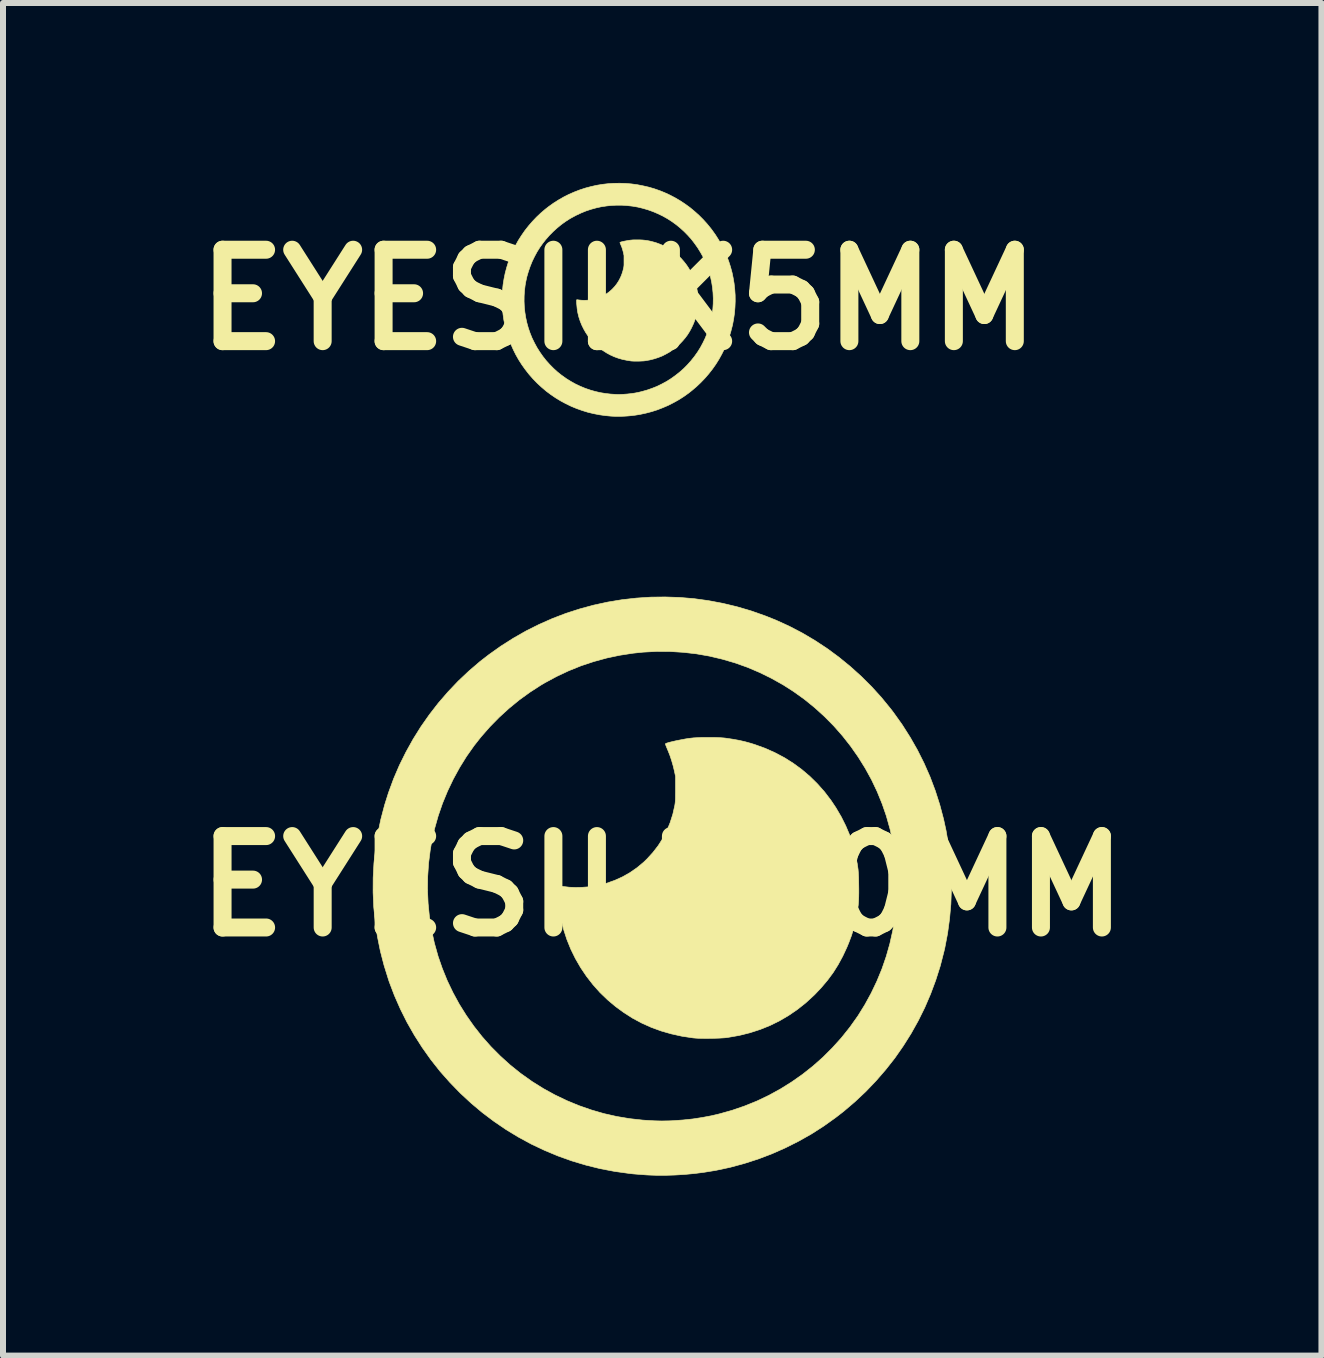
<source format=kicad_pcb>
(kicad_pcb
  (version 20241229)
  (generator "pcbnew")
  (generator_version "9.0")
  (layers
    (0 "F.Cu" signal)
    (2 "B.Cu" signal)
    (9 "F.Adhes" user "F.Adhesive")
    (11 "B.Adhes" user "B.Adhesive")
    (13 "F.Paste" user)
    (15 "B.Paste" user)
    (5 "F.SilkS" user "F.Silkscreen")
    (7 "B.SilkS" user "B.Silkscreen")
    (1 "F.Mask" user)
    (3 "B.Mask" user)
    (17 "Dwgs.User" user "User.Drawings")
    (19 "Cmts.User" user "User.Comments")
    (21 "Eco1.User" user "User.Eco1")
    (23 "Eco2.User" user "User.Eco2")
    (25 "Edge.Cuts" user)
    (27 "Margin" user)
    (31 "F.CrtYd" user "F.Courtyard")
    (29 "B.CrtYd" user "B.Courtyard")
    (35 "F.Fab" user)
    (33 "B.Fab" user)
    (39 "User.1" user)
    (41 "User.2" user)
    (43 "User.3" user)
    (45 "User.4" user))
  (footprint "EYESILK5MM"
    (layer "F.Cu")
    (at 7.264 1.948)
    (property "Reference" "EYESILK5MM" (at 0 0 0) (layer "F.SilkS") (effects (font (size 1.524 1.524) (thickness 0.3))))
    (attr through_hole)
    (fp_poly (pts (xy 0.344 -0.999) (xy 0.371 -0.998) (xy 0.395 -0.997) (xy 0.416 -0.995) (xy 0.426 -0.994) (xy 0.473 -0.988) (xy 0.515 -0.98) (xy 0.556 -0.97) (xy 0.597 -0.959) (xy 0.624 -0.951) (xy 0.692 -0.926) (xy 0.758 -0.897) (xy 0.821 -0.863) (xy 0.881 -0.825) (xy 0.938 -0.784) (xy 0.992 -0.738) (xy 1.043 -0.688) (xy 1.09 -0.634) (xy 1.134 -0.577) (xy 1.167 -0.527) (xy 1.203 -0.466) (xy 1.233 -0.406) (xy 1.259 -0.345) (xy 1.28 -0.283) (xy 1.297 -0.218) (xy 1.31 -0.151) (xy 1.316 -0.113) (xy 1.317 -0.098) (xy 1.319 -0.079) (xy 1.319 -0.057) (xy 1.32 -0.033) (xy 1.321 -0.007) (xy 1.321 0.019) (xy 1.321 0.045) (xy 1.32 0.069) (xy 1.32 0.091) (xy 1.319 0.11) (xy 1.317 0.125) (xy 1.317 0.127) (xy 1.309 0.183) (xy 1.299 0.234) (xy 1.287 0.284) (xy 1.272 0.332) (xy 1.254 0.381) (xy 1.241 0.411) (xy 1.213 0.471) (xy 1.182 0.528) (xy 1.149 0.581) (xy 1.111 0.632) (xy 1.07 0.681) (xy 1.025 0.729) (xy 1.018 0.735) (xy 0.964 0.784) (xy 0.908 0.829) (xy 0.849 0.87) (xy 0.787 0.905) (xy 0.724 0.937) (xy 0.657 0.963) (xy 0.589 0.985) (xy 0.517 1.003) (xy 0.443 1.016) (xy 0.435 1.017) (xy 0.421 1.019) (xy 0.403 1.02) (xy 0.382 1.021) (xy 0.358 1.022) (xy 0.333 1.023) (xy 0.308 1.023) (xy 0.283 1.023) (xy 0.26 1.023) (xy 0.239 1.022) (xy 0.221 1.021) (xy 0.207 1.02) (xy 0.133 1.008) (xy 0.061 0.993) (xy -0.008 0.973) (xy -0.074 0.949) (xy -0.138 0.92) (xy -0.199 0.887) (xy -0.258 0.849) (xy -0.312 0.81) (xy -0.366 0.765) (xy -0.417 0.715) (xy -0.465 0.663) (xy -0.508 0.607) (xy -0.548 0.548) (xy -0.583 0.487) (xy -0.614 0.424) (xy -0.641 0.358) (xy -0.663 0.291) (xy -0.68 0.222) (xy -0.687 0.187) (xy -0.689 0.169) (xy -0.692 0.15) (xy -0.694 0.129) (xy -0.696 0.108) (xy -0.698 0.087) (xy -0.7 0.067) (xy -0.701 0.048) (xy -0.702 0.031) (xy -0.702 0.018) (xy -0.702 0.007) (xy -0.701 0.001) (xy -0.7 0.001) (xy -0.698 -0.001) (xy -0.694 -0.001) (xy -0.687 -0.001) (xy -0.676 0.001) (xy -0.662 0.003) (xy -0.624 0.007) (xy -0.583 0.009) (xy -0.54 0.008) (xy -0.496 0.005) (xy -0.454 -0.001) (xy -0.43 -0.005) (xy -0.374 -0.02) (xy -0.32 -0.039) (xy -0.267 -0.062) (xy -0.218 -0.09) (xy -0.17 -0.123) (xy -0.126 -0.16) (xy -0.103 -0.182) (xy -0.063 -0.225) (xy -0.027 -0.272) (xy 0.004 -0.321) (xy 0.031 -0.373) (xy 0.053 -0.427) (xy 0.071 -0.484) (xy 0.085 -0.543) (xy 0.086 -0.551) (xy 0.087 -0.56) (xy 0.088 -0.569) (xy 0.089 -0.58) (xy 0.089 -0.594) (xy 0.089 -0.611) (xy 0.089 -0.631) (xy 0.089 -0.653) (xy 0.089 -0.737) (xy 0.081 -0.777) (xy 0.073 -0.81) (xy 0.063 -0.845) (xy 0.052 -0.879) (xy 0.039 -0.91) (xy 0.034 -0.923) (xy 0.029 -0.934) (xy 0.025 -0.944) (xy 0.022 -0.952) (xy 0.021 -0.956) (xy 0.021 -0.956) (xy 0.024 -0.958) (xy 0.031 -0.961) (xy 0.043 -0.965) (xy 0.057 -0.969) (xy 0.074 -0.973) (xy 0.093 -0.977) (xy 0.114 -0.981) (xy 0.135 -0.985) (xy 0.156 -0.989) (xy 0.177 -0.992) (xy 0.193 -0.994) (xy 0.212 -0.996) (xy 0.234 -0.998) (xy 0.26 -0.999) (xy 0.288 -0.999) (xy 0.316 -0.999) (xy 0.344 -0.999)) (stroke (width 0.01) (type solid)) (fill yes) (layer "F.SilkS"))
    (fp_poly (pts (xy 0.116 -1.94) (xy 0.213 -1.932) (xy 0.31 -1.919) (xy 0.406 -1.9) (xy 0.502 -1.878) (xy 0.597 -1.85) (xy 0.691 -1.817) (xy 0.765 -1.787) (xy 0.854 -1.746) (xy 0.94 -1.701) (xy 1.025 -1.651) (xy 1.107 -1.597) (xy 1.187 -1.539) (xy 1.263 -1.476) (xy 1.337 -1.41) (xy 1.407 -1.34) (xy 1.473 -1.267) (xy 1.536 -1.19) (xy 1.555 -1.165) (xy 1.613 -1.084) (xy 1.666 -1) (xy 1.715 -0.914) (xy 1.76 -0.825) (xy 1.8 -0.734) (xy 1.835 -0.641) (xy 1.865 -0.547) (xy 1.891 -0.451) (xy 1.907 -0.373) (xy 1.924 -0.275) (xy 1.935 -0.176) (xy 1.942 -0.077) (xy 1.943 0.022) (xy 1.939 0.121) (xy 1.931 0.22) (xy 1.917 0.318) (xy 1.899 0.415) (xy 1.893 0.439) (xy 1.868 0.536) (xy 1.838 0.632) (xy 1.803 0.725) (xy 1.764 0.816) (xy 1.72 0.904) (xy 1.672 0.991) (xy 1.62 1.074) (xy 1.563 1.155) (xy 1.502 1.233) (xy 1.437 1.308) (xy 1.368 1.38) (xy 1.295 1.449) (xy 1.218 1.514) (xy 1.165 1.556) (xy 1.085 1.613) (xy 1.002 1.666) (xy 0.916 1.714) (xy 0.828 1.759) (xy 0.737 1.798) (xy 0.645 1.834) (xy 0.551 1.864) (xy 0.456 1.889) (xy 0.359 1.91) (xy 0.28 1.923) (xy 0.217 1.931) (xy 0.152 1.937) (xy 0.088 1.941) (xy 0.024 1.943) (xy -0.036 1.943) (xy -0.073 1.942) (xy -0.102 1.941) (xy -0.134 1.939) (xy -0.166 1.936) (xy -0.196 1.933) (xy -0.22 1.931) (xy -0.319 1.917) (xy -0.417 1.898) (xy -0.513 1.875) (xy -0.607 1.846) (xy -0.7 1.813) (xy -0.79 1.776) (xy -0.879 1.733) (xy -0.965 1.687) (xy -1.049 1.636) (xy -1.13 1.581) (xy -1.209 1.522) (xy -1.284 1.458) (xy -1.357 1.391) (xy -1.426 1.32) (xy -1.492 1.245) (xy -1.554 1.166) (xy -1.555 1.165) (xy -1.613 1.084) (xy -1.666 1.001) (xy -1.715 0.915) (xy -1.759 0.826) (xy -1.799 0.735) (xy -1.834 0.643) (xy -1.839 0.629) (xy -1.869 0.533) (xy -1.894 0.436) (xy -1.914 0.339) (xy -1.928 0.241) (xy -1.938 0.142) (xy -1.943 0.043) (xy -1.943 0.026) (xy -1.577 0.026) (xy -1.573 0.116) (xy -1.564 0.205) (xy -1.55 0.294) (xy -1.531 0.382) (xy -1.507 0.468) (xy -1.507 0.469) (xy -1.478 0.553) (xy -1.445 0.635) (xy -1.406 0.715) (xy -1.364 0.793) (xy -1.317 0.868) (xy -1.266 0.941) (xy -1.211 1.011) (xy -1.152 1.077) (xy -1.089 1.141) (xy -1.023 1.201) (xy -0.953 1.257) (xy -0.947 1.261) (xy -0.875 1.313) (xy -0.799 1.36) (xy -0.722 1.403) (xy -0.642 1.441) (xy -0.56 1.475) (xy -0.477 1.504) (xy -0.392 1.528) (xy -0.306 1.548) (xy -0.219 1.562) (xy -0.132 1.572) (xy -0.115 1.573) (xy -0.082 1.575) (xy -0.053 1.577) (xy -0.027 1.578) (xy -0.002 1.578) (xy 0.022 1.578) (xy 0.047 1.577) (xy 0.074 1.576) (xy 0.142 1.571) (xy 0.206 1.564) (xy 0.269 1.555) (xy 0.331 1.543) (xy 0.384 1.53) (xy 0.47 1.506) (xy 0.554 1.477) (xy 0.637 1.444) (xy 0.717 1.405) (xy 0.795 1.363) (xy 0.87 1.316) (xy 0.943 1.264) (xy 1.013 1.209) (xy 1.08 1.15) (xy 1.143 1.087) (xy 1.203 1.02) (xy 1.26 0.949) (xy 1.263 0.945) (xy 1.315 0.872) (xy 1.362 0.797) (xy 1.404 0.719) (xy 1.443 0.638) (xy 1.476 0.556) (xy 1.505 0.472) (xy 1.53 0.387) (xy 1.549 0.3) (xy 1.559 0.244) (xy 1.57 0.154) (xy 1.576 0.064) (xy 1.577 -0.026) (xy 1.573 -0.116) (xy 1.564 -0.205) (xy 1.55 -0.294) (xy 1.531 -0.382) (xy 1.507 -0.468) (xy 1.507 -0.469) (xy 1.478 -0.553) (xy 1.445 -0.635) (xy 1.407 -0.715) (xy 1.364 -0.792) (xy 1.317 -0.868) (xy 1.266 -0.94) (xy 1.212 -1.01) (xy 1.153 -1.076) (xy 1.091 -1.139) (xy 1.025 -1.199) (xy 0.956 -1.255) (xy 0.884 -1.307) (xy 0.814 -1.352) (xy 0.736 -1.396) (xy 0.655 -1.435) (xy 0.573 -1.47) (xy 0.489 -1.5) (xy 0.404 -1.525) (xy 0.317 -1.546) (xy 0.23 -1.561) (xy 0.141 -1.571) (xy 0.052 -1.577) (xy -0.038 -1.577) (xy -0.128 -1.572) (xy -0.197 -1.565) (xy -0.286 -1.552) (xy -0.373 -1.533) (xy -0.46 -1.509) (xy -0.545 -1.481) (xy -0.628 -1.447) (xy -0.709 -1.409) (xy -0.789 -1.366) (xy -0.815 -1.351) (xy -0.89 -1.303) (xy -0.961 -1.251) (xy -1.03 -1.194) (xy -1.096 -1.134) (xy -1.159 -1.07) (xy -1.218 -1.002) (xy -1.263 -0.945) (xy -1.315 -0.872) (xy -1.362 -0.797) (xy -1.404 -0.719) (xy -1.443 -0.638) (xy -1.476 -0.556) (xy -1.505 -0.472) (xy -1.53 -0.387) (xy -1.549 -0.3) (xy -1.559 -0.244) (xy -1.57 -0.154) (xy -1.576 -0.064) (xy -1.577 0.026) (xy -1.943 0.026) (xy -1.943 -0.056) (xy -1.937 -0.155) (xy -1.927 -0.253) (xy -1.911 -0.352) (xy -1.891 -0.449) (xy -1.865 -0.545) (xy -1.839 -0.629) (xy -1.805 -0.722) (xy -1.766 -0.812) (xy -1.722 -0.901) (xy -1.674 -0.988) (xy -1.621 -1.071) (xy -1.565 -1.152) (xy -1.504 -1.23) (xy -1.439 -1.305) (xy -1.371 -1.377) (xy -1.299 -1.445) (xy -1.223 -1.51) (xy -1.165 -1.555) (xy -1.084 -1.613) (xy -1 -1.666) (xy -0.914 -1.715) (xy -0.827 -1.759) (xy -0.737 -1.798) (xy -0.646 -1.833) (xy -0.554 -1.863) (xy -0.46 -1.888) (xy -0.366 -1.909) (xy -0.27 -1.925) (xy -0.174 -1.936) (xy -0.078 -1.942) (xy 0.019 -1.943) (xy 0.116 -1.94)) (stroke (width 0.01) (type solid)) (fill yes) (layer "F.SilkS")))
  (footprint "EYESILK10MM"
    (layer "F.Cu")
    (at 7.99 11.723)
    (property "Reference" "EYESILK10MM" (at 0 0 0) (layer "F.SilkS") (effects (font (size 1.524 1.524) (thickness 0.3))))
    (attr through_hole)
    (fp_poly (pts (xy 0.854 -2.479) (xy 0.92 -2.477) (xy 0.981 -2.474) (xy 1.033 -2.47) (xy 1.058 -2.467) (xy 1.173 -2.45) (xy 1.279 -2.431) (xy 1.38 -2.408) (xy 1.481 -2.38) (xy 1.547 -2.359) (xy 1.716 -2.298) (xy 1.879 -2.225) (xy 2.036 -2.142) (xy 2.185 -2.048) (xy 2.327 -1.944) (xy 2.461 -1.83) (xy 2.587 -1.706) (xy 2.705 -1.573) (xy 2.813 -1.431) (xy 2.896 -1.307) (xy 2.984 -1.157) (xy 3.059 -1.007) (xy 3.123 -0.856) (xy 3.176 -0.701) (xy 3.218 -0.542) (xy 3.251 -0.376) (xy 3.265 -0.28) (xy 3.268 -0.243) (xy 3.271 -0.197) (xy 3.274 -0.142) (xy 3.275 -0.082) (xy 3.276 -0.018) (xy 3.277 0.047) (xy 3.277 0.111) (xy 3.276 0.172) (xy 3.274 0.227) (xy 3.271 0.274) (xy 3.268 0.31) (xy 3.268 0.315) (xy 3.248 0.453) (xy 3.223 0.582) (xy 3.192 0.704) (xy 3.155 0.824) (xy 3.11 0.944) (xy 3.079 1.019) (xy 3.009 1.169) (xy 2.933 1.309) (xy 2.85 1.441) (xy 2.757 1.567) (xy 2.655 1.688) (xy 2.542 1.808) (xy 2.526 1.823) (xy 2.392 1.946) (xy 2.252 2.057) (xy 2.106 2.157) (xy 1.954 2.246) (xy 1.795 2.324) (xy 1.631 2.39) (xy 1.46 2.445) (xy 1.283 2.489) (xy 1.1 2.521) (xy 1.08 2.524) (xy 1.046 2.528) (xy 1.001 2.531) (xy 0.948 2.534) (xy 0.889 2.536) (xy 0.827 2.537) (xy 0.764 2.538) (xy 0.702 2.538) (xy 0.644 2.537) (xy 0.592 2.536) (xy 0.548 2.533) (xy 0.514 2.53) (xy 0.329 2.502) (xy 0.152 2.463) (xy -0.019 2.414) (xy -0.183 2.354) (xy -0.341 2.283) (xy -0.494 2.201) (xy -0.641 2.107) (xy -0.773 2.011) (xy -0.909 1.897) (xy -1.036 1.775) (xy -1.153 1.644) (xy -1.261 1.505) (xy -1.359 1.36) (xy -1.447 1.208) (xy -1.524 1.051) (xy -1.59 0.888) (xy -1.644 0.722) (xy -1.686 0.552) (xy -1.703 0.463) (xy -1.71 0.42) (xy -1.717 0.372) (xy -1.723 0.321) (xy -1.728 0.268) (xy -1.733 0.216) (xy -1.737 0.165) (xy -1.739 0.119) (xy -1.741 0.078) (xy -1.742 0.044) (xy -1.741 0.018) (xy -1.739 0.004) (xy -1.738 0.002) (xy -1.733 -0.001) (xy -1.723 -0.002) (xy -1.705 -0.001) (xy -1.678 0.002) (xy -1.643 0.007) (xy -1.548 0.018) (xy -1.446 0.022) (xy -1.34 0.02) (xy -1.232 0.012) (xy -1.125 -0.002) (xy -1.067 -0.013) (xy -0.928 -0.048) (xy -0.793 -0.096) (xy -0.664 -0.154) (xy -0.54 -0.224) (xy -0.423 -0.305) (xy -0.312 -0.397) (xy -0.256 -0.451) (xy -0.157 -0.559) (xy -0.068 -0.674) (xy 0.01 -0.796) (xy 0.077 -0.924) (xy 0.132 -1.059) (xy 0.177 -1.2) (xy 0.21 -1.347) (xy 0.213 -1.368) (xy 0.216 -1.389) (xy 0.218 -1.412) (xy 0.22 -1.44) (xy 0.221 -1.474) (xy 0.221 -1.515) (xy 0.222 -1.567) (xy 0.222 -1.62) (xy 0.222 -1.829) (xy 0.201 -1.928) (xy 0.181 -2.01) (xy 0.156 -2.096) (xy 0.128 -2.18) (xy 0.097 -2.258) (xy 0.084 -2.289) (xy 0.072 -2.318) (xy 0.062 -2.343) (xy 0.055 -2.362) (xy 0.053 -2.372) (xy 0.053 -2.372) (xy 0.06 -2.378) (xy 0.078 -2.385) (xy 0.106 -2.394) (xy 0.142 -2.403) (xy 0.184 -2.413) (xy 0.231 -2.424) (xy 0.282 -2.434) (xy 0.334 -2.444) (xy 0.387 -2.454) (xy 0.438 -2.462) (xy 0.479 -2.467) (xy 0.525 -2.472) (xy 0.582 -2.475) (xy 0.645 -2.478) (xy 0.714 -2.479) (xy 0.784 -2.479) (xy 0.854 -2.479)) (stroke (width 0.01) (type solid)) (fill yes) (layer "F.SilkS"))
    (fp_poly (pts (xy 0.289 -4.813) (xy 0.529 -4.793) (xy 0.769 -4.76) (xy 1.008 -4.715) (xy 1.246 -4.658) (xy 1.481 -4.589) (xy 1.714 -4.507) (xy 1.897 -4.434) (xy 2.118 -4.333) (xy 2.333 -4.221) (xy 2.543 -4.097) (xy 2.747 -3.963) (xy 2.944 -3.818) (xy 3.134 -3.663) (xy 3.316 -3.499) (xy 3.49 -3.326) (xy 3.655 -3.144) (xy 3.811 -2.953) (xy 3.859 -2.89) (xy 4.002 -2.689) (xy 4.134 -2.481) (xy 4.256 -2.267) (xy 4.366 -2.047) (xy 4.465 -1.822) (xy 4.552 -1.591) (xy 4.627 -1.357) (xy 4.69 -1.119) (xy 4.732 -0.926) (xy 4.773 -0.683) (xy 4.801 -0.438) (xy 4.817 -0.192) (xy 4.821 0.055) (xy 4.812 0.301) (xy 4.79 0.546) (xy 4.757 0.789) (xy 4.711 1.03) (xy 4.697 1.09) (xy 4.635 1.331) (xy 4.56 1.567) (xy 4.474 1.798) (xy 4.377 2.024) (xy 4.268 2.244) (xy 4.149 2.457) (xy 4.018 2.665) (xy 3.878 2.866) (xy 3.726 3.059) (xy 3.565 3.245) (xy 3.394 3.424) (xy 3.213 3.594) (xy 3.023 3.756) (xy 2.89 3.859) (xy 2.691 4.001) (xy 2.485 4.133) (xy 2.272 4.253) (xy 2.053 4.363) (xy 1.829 4.462) (xy 1.6 4.549) (xy 1.367 4.624) (xy 1.13 4.688) (xy 0.891 4.739) (xy 0.694 4.771) (xy 0.538 4.791) (xy 0.378 4.806) (xy 0.218 4.816) (xy 0.061 4.821) (xy -0.09 4.821) (xy -0.18 4.818) (xy -0.253 4.815) (xy -0.332 4.809) (xy -0.411 4.803) (xy -0.486 4.797) (xy -0.547 4.79) (xy -0.792 4.756) (xy -1.034 4.71) (xy -1.272 4.651) (xy -1.506 4.581) (xy -1.736 4.499) (xy -1.961 4.405) (xy -2.181 4.301) (xy -2.395 4.185) (xy -2.603 4.059) (xy -2.804 3.922) (xy -2.999 3.775) (xy -3.186 3.618) (xy -3.366 3.451) (xy -3.538 3.274) (xy -3.702 3.089) (xy -3.857 2.893) (xy -3.859 2.89) (xy -4.001 2.69) (xy -4.133 2.483) (xy -4.255 2.269) (xy -4.365 2.049) (xy -4.464 1.824) (xy -4.551 1.595) (xy -4.563 1.559) (xy -4.637 1.322) (xy -4.699 1.083) (xy -4.748 0.841) (xy -4.784 0.597) (xy -4.809 0.352) (xy -4.82 0.107) (xy -4.82 0.065) (xy -3.913 0.065) (xy -3.903 0.288) (xy -3.881 0.51) (xy -3.846 0.73) (xy -3.799 0.947) (xy -3.739 1.161) (xy -3.739 1.163) (xy -3.667 1.371) (xy -3.584 1.575) (xy -3.489 1.774) (xy -3.384 1.967) (xy -3.267 2.154) (xy -3.141 2.334) (xy -3.004 2.508) (xy -2.858 2.673) (xy -2.702 2.83) (xy -2.538 2.979) (xy -2.365 3.118) (xy -2.35 3.129) (xy -2.17 3.257) (xy -1.983 3.374) (xy -1.79 3.48) (xy -1.592 3.575) (xy -1.389 3.659) (xy -1.182 3.731) (xy -0.972 3.792) (xy -0.759 3.84) (xy -0.544 3.876) (xy -0.328 3.9) (xy -0.286 3.903) (xy -0.204 3.908) (xy -0.132 3.912) (xy -0.067 3.914) (xy -0.006 3.915) (xy 0.055 3.914) (xy 0.117 3.913) (xy 0.183 3.91) (xy 0.352 3.898) (xy 0.512 3.881) (xy 0.667 3.857) (xy 0.821 3.828) (xy 0.952 3.797) (xy 1.166 3.737) (xy 1.375 3.665) (xy 1.58 3.582) (xy 1.779 3.487) (xy 1.972 3.381) (xy 2.159 3.264) (xy 2.34 3.137) (xy 2.513 3) (xy 2.679 2.853) (xy 2.836 2.696) (xy 2.986 2.53) (xy 3.126 2.355) (xy 3.134 2.344) (xy 3.262 2.164) (xy 3.378 1.977) (xy 3.484 1.783) (xy 3.579 1.584) (xy 3.663 1.38) (xy 3.735 1.171) (xy 3.795 0.959) (xy 3.843 0.744) (xy 3.867 0.604) (xy 3.895 0.382) (xy 3.91 0.158) (xy 3.913 -0.065) (xy 3.903 -0.288) (xy 3.881 -0.51) (xy 3.846 -0.73) (xy 3.799 -0.947) (xy 3.739 -1.161) (xy 3.739 -1.163) (xy 3.667 -1.371) (xy 3.584 -1.575) (xy 3.49 -1.773) (xy 3.384 -1.966) (xy 3.268 -2.152) (xy 3.142 -2.332) (xy 3.006 -2.505) (xy 2.861 -2.67) (xy 2.706 -2.827) (xy 2.543 -2.975) (xy 2.372 -3.114) (xy 2.192 -3.243) (xy 2.019 -3.354) (xy 1.825 -3.463) (xy 1.626 -3.561) (xy 1.422 -3.648) (xy 1.214 -3.722) (xy 1.002 -3.784) (xy 0.787 -3.835) (xy 0.57 -3.873) (xy 0.35 -3.898) (xy 0.128 -3.912) (xy -0.094 -3.913) (xy -0.318 -3.901) (xy -0.489 -3.883) (xy -0.709 -3.849) (xy -0.926 -3.803) (xy -1.141 -3.744) (xy -1.352 -3.674) (xy -1.558 -3.591) (xy -1.76 -3.496) (xy -1.957 -3.39) (xy -2.023 -3.351) (xy -2.207 -3.232) (xy -2.385 -3.103) (xy -2.557 -2.962) (xy -2.72 -2.813) (xy -2.876 -2.654) (xy -3.022 -2.487) (xy -3.135 -2.344) (xy -3.262 -2.164) (xy -3.378 -1.977) (xy -3.484 -1.783) (xy -3.579 -1.584) (xy -3.663 -1.38) (xy -3.735 -1.171) (xy -3.795 -0.959) (xy -3.843 -0.744) (xy -3.867 -0.604) (xy -3.895 -0.382) (xy -3.91 -0.158) (xy -3.913 0.065) (xy -4.82 0.065) (xy -4.819 -0.139) (xy -4.806 -0.384) (xy -4.78 -0.629) (xy -4.742 -0.872) (xy -4.691 -1.114) (xy -4.628 -1.353) (xy -4.563 -1.559) (xy -4.478 -1.79) (xy -4.381 -2.016) (xy -4.272 -2.236) (xy -4.153 -2.45) (xy -4.023 -2.658) (xy -3.882 -2.859) (xy -3.732 -3.053) (xy -3.571 -3.239) (xy -3.402 -3.417) (xy -3.223 -3.586) (xy -3.035 -3.747) (xy -2.89 -3.859) (xy -2.689 -4.002) (xy -2.481 -4.134) (xy -2.269 -4.255) (xy -2.051 -4.364) (xy -1.829 -4.462) (xy -1.604 -4.548) (xy -1.374 -4.622) (xy -1.142 -4.685) (xy -0.907 -4.736) (xy -0.671 -4.775) (xy -0.432 -4.802) (xy -0.192 -4.818) (xy 0.048 -4.821) (xy 0.289 -4.813)) (stroke (width 0.01) (type solid)) (fill yes) (layer "F.SilkS")))
  (gr_rect
    (start -3 -3)
    (end 18.98 19.549)
    (stroke (width 0.1) (type default))
    (fill no)
    (layer "Edge.Cuts")))
</source>
